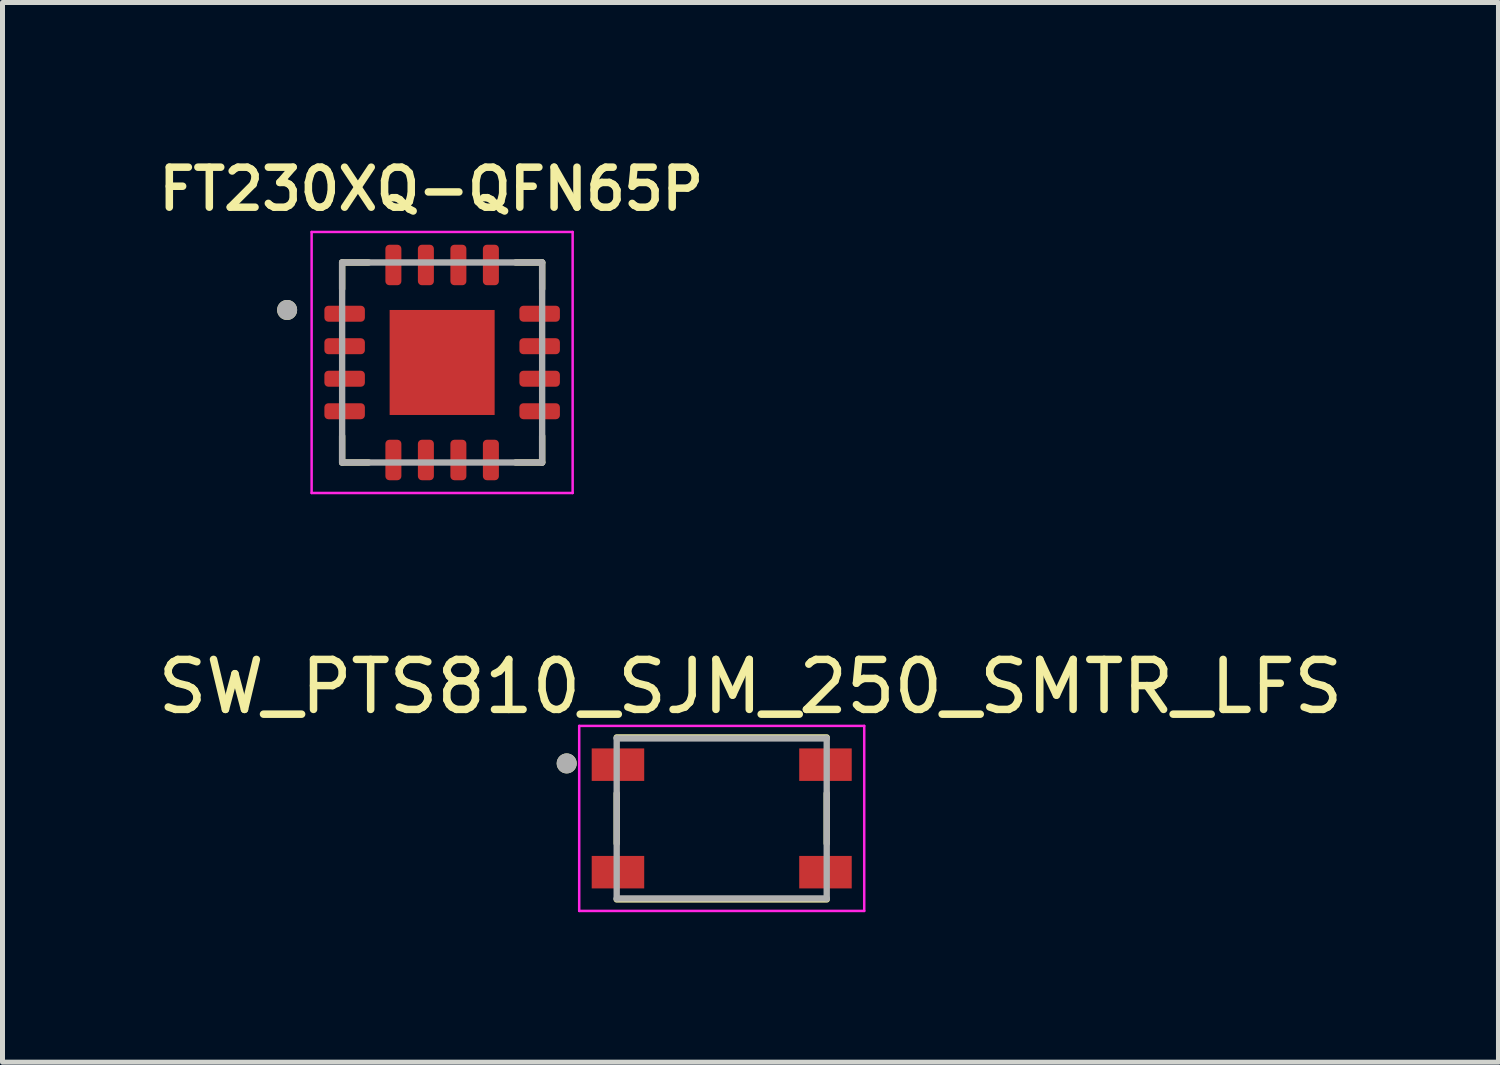
<source format=kicad_pcb>
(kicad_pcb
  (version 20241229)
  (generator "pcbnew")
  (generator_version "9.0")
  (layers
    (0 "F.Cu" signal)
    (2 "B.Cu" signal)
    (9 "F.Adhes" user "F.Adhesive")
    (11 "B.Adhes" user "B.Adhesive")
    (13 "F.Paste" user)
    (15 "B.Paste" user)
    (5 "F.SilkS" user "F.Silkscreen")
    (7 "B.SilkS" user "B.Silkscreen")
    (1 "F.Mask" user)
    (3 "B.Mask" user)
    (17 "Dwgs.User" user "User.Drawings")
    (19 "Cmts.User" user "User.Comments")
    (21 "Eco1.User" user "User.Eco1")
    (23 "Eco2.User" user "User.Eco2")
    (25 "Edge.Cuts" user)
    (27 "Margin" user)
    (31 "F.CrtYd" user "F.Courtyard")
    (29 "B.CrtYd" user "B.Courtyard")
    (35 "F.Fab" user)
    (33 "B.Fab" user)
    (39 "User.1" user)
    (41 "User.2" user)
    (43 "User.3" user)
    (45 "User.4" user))
  (footprint "SW_PTS810_SJM_250_SMTR_LFS"
    (layer "F.Cu")
    (at 11.383 13.317)
    (property "Reference" "SW_PTS810_SJM_250_SMTR_LFS" (at 0.575 -2.635 0) (layer "F.SilkS") (effects (font (size 1 1) (thickness 0.15))))
    (attr smd)
    (fp_line (start -2.1 -1.62) (end 2.1 -1.62) (stroke (width 0.127) (type solid)) (layer "F.SilkS"))
    (fp_line (start -2.1 0.5) (end -2.1 -0.5) (stroke (width 0.127) (type solid)) (layer "F.SilkS"))
    (fp_line (start 2.1 0.5) (end 2.1 -0.5) (stroke (width 0.127) (type solid)) (layer "F.SilkS"))
    (fp_line (start 2.1 1.62) (end -2.1 1.62) (stroke (width 0.127) (type solid)) (layer "F.SilkS"))
    (fp_circle (center -3.1 -1.1) (end -3 -1.1) (stroke (width 0.2) (type solid)) (fill no) (layer "F.SilkS"))
    (fp_line (start -2.85 -1.85) (end 2.85 -1.85) (stroke (width 0.05) (type solid)) (layer "F.CrtYd"))
    (fp_line (start -2.85 1.85) (end -2.85 -1.85) (stroke (width 0.05) (type solid)) (layer "F.CrtYd"))
    (fp_line (start 2.85 -1.85) (end 2.85 1.85) (stroke (width 0.05) (type solid)) (layer "F.CrtYd"))
    (fp_line (start 2.85 1.85) (end -2.85 1.85) (stroke (width 0.05) (type solid)) (layer "F.CrtYd"))
    (fp_line (start -2.1 -1.6) (end 2.1 -1.6) (stroke (width 0.127) (type solid)) (layer "F.Fab"))
    (fp_line (start -2.1 1.6) (end -2.1 -1.6) (stroke (width 0.127) (type solid)) (layer "F.Fab"))
    (fp_line (start 2.1 -1.6) (end 2.1 1.6) (stroke (width 0.127) (type solid)) (layer "F.Fab"))
    (fp_line (start 2.1 1.6) (end -2.1 1.6) (stroke (width 0.127) (type solid)) (layer "F.Fab"))
    (fp_circle (center -3.1 -1.1) (end -3 -1.1) (stroke (width 0.2) (type solid)) (fill no) (layer "F.Fab"))
    (pad "1" smd rect (at -2.075 -1.075) (size 1.05 0.65) (layers "F.Cu" "F.Mask" "F.Paste"))
    (pad "2" smd rect (at 2.075 -1.075) (size 1.05 0.65) (layers "F.Cu" "F.Mask" "F.Paste"))
    (pad "3" smd rect (at -2.075 1.075) (size 1.05 0.65) (layers "F.Cu" "F.Mask" "F.Paste"))
    (pad "4" smd rect (at 2.075 1.075) (size 1.05 0.65) (layers "F.Cu" "F.Mask" "F.Paste")))
  (footprint "FT230XQ-QFN65P"
    (layer "F.Cu")
    (at 5.792 4.199)
    (property "Reference" "FT230XQ-QFN65P" (at -0.218 -3.468 0) (layer "F.SilkS") (effects (font (size 0.8 0.8) (thickness 0.15))))
    (attr smd)
    (fp_line (start -2 -2) (end -1.47 -2) (stroke (width 0.127) (type solid)) (layer "F.SilkS"))
    (fp_line (start -2 -1.47) (end -2 -2) (stroke (width 0.127) (type solid)) (layer "F.SilkS"))
    (fp_line (start -2 2) (end -2 1.47) (stroke (width 0.127) (type solid)) (layer "F.SilkS"))
    (fp_line (start -1.47 2) (end -2 2) (stroke (width 0.127) (type solid)) (layer "F.SilkS"))
    (fp_line (start 1.47 -2) (end 2 -2) (stroke (width 0.127) (type solid)) (layer "F.SilkS"))
    (fp_line (start 2 -2) (end 2 -1.47) (stroke (width 0.127) (type solid)) (layer "F.SilkS"))
    (fp_line (start 2 1.47) (end 2 2) (stroke (width 0.127) (type solid)) (layer "F.SilkS"))
    (fp_line (start 2 2) (end 1.47 2) (stroke (width 0.127) (type solid)) (layer "F.SilkS"))
    (fp_circle (center -3.1 -1.05) (end -3 -1.05) (stroke (width 0.2) (type solid)) (fill no) (layer "F.SilkS"))
    (fp_poly (pts (xy -0.79 -0.79) (xy -0.13 -0.79) (xy -0.13 -0.13) (xy -0.79 -0.13)) (stroke (width 0.01) (type solid)) (fill yes) (layer "F.Paste"))
    (fp_poly (pts (xy -0.79 0.13) (xy -0.13 0.13) (xy -0.13 0.79) (xy -0.79 0.79)) (stroke (width 0.01) (type solid)) (fill yes) (layer "F.Paste"))
    (fp_poly (pts (xy 0.13 -0.79) (xy 0.79 -0.79) (xy 0.79 -0.13) (xy 0.13 -0.13)) (stroke (width 0.01) (type solid)) (fill yes) (layer "F.Paste"))
    (fp_poly (pts (xy 0.13 0.13) (xy 0.79 0.13) (xy 0.79 0.79) (xy 0.13 0.79)) (stroke (width 0.01) (type solid)) (fill yes) (layer "F.Paste"))
    (fp_line (start -2.61 -2.61) (end 2.61 -2.61) (stroke (width 0.05) (type solid)) (layer "F.CrtYd"))
    (fp_line (start -2.61 2.61) (end -2.61 -2.61) (stroke (width 0.05) (type solid)) (layer "F.CrtYd"))
    (fp_line (start 2.61 -2.61) (end 2.61 2.61) (stroke (width 0.05) (type solid)) (layer "F.CrtYd"))
    (fp_line (start 2.61 2.61) (end -2.61 2.61) (stroke (width 0.05) (type solid)) (layer "F.CrtYd"))
    (fp_line (start -2 -2) (end 2 -2) (stroke (width 0.127) (type solid)) (layer "F.Fab"))
    (fp_line (start -2 2) (end -2 -2) (stroke (width 0.127) (type solid)) (layer "F.Fab"))
    (fp_line (start 2 -2) (end 2 2) (stroke (width 0.127) (type solid)) (layer "F.Fab"))
    (fp_line (start 2 2) (end -2 2) (stroke (width 0.127) (type solid)) (layer "F.Fab"))
    (fp_circle (center -3.1 -1.05) (end -3 -1.05) (stroke (width 0.2) (type solid)) (fill no) (layer "F.Fab"))
    (pad "1" smd roundrect (at -1.95 -0.975) (size 0.81 0.32) (layers "F.Cu" "F.Mask" "F.Paste") (roundrect_rratio 0.25))
    (pad "2" smd roundrect (at -1.95 -0.325) (size 0.81 0.32) (layers "F.Cu" "F.Mask" "F.Paste") (roundrect_rratio 0.25))
    (pad "3" smd roundrect (at -1.95 0.325) (size 0.81 0.32) (layers "F.Cu" "F.Mask" "F.Paste") (roundrect_rratio 0.25))
    (pad "4" smd roundrect (at -1.95 0.975) (size 0.81 0.32) (layers "F.Cu" "F.Mask" "F.Paste") (roundrect_rratio 0.25))
    (pad "5" smd roundrect (at -0.975 1.95) (size 0.32 0.81) (layers "F.Cu" "F.Mask" "F.Paste") (roundrect_rratio 0.25))
    (pad "6" smd roundrect (at -0.325 1.95) (size 0.32 0.81) (layers "F.Cu" "F.Mask" "F.Paste") (roundrect_rratio 0.25))
    (pad "7" smd roundrect (at 0.325 1.95) (size 0.32 0.81) (layers "F.Cu" "F.Mask" "F.Paste") (roundrect_rratio 0.25))
    (pad "8" smd roundrect (at 0.975 1.95) (size 0.32 0.81) (layers "F.Cu" "F.Mask" "F.Paste") (roundrect_rratio 0.25))
    (pad "9" smd roundrect (at 1.95 0.975) (size 0.81 0.32) (layers "F.Cu" "F.Mask" "F.Paste") (roundrect_rratio 0.25))
    (pad "10" smd roundrect (at 1.95 0.325) (size 0.81 0.32) (layers "F.Cu" "F.Mask" "F.Paste") (roundrect_rratio 0.25))
    (pad "11" smd roundrect (at 1.95 -0.325) (size 0.81 0.32) (layers "F.Cu" "F.Mask" "F.Paste") (roundrect_rratio 0.25))
    (pad "12" smd roundrect (at 1.95 -0.975) (size 0.81 0.32) (layers "F.Cu" "F.Mask" "F.Paste") (roundrect_rratio 0.25))
    (pad "13" smd roundrect (at 0.975 -1.95) (size 0.32 0.81) (layers "F.Cu" "F.Mask" "F.Paste") (roundrect_rratio 0.25))
    (pad "14" smd roundrect (at 0.325 -1.95) (size 0.32 0.81) (layers "F.Cu" "F.Mask" "F.Paste") (roundrect_rratio 0.25))
    (pad "15" smd roundrect (at -0.325 -1.95) (size 0.32 0.81) (layers "F.Cu" "F.Mask" "F.Paste") (roundrect_rratio 0.25))
    (pad "16" smd roundrect (at -0.975 -1.95) (size 0.32 0.81) (layers "F.Cu" "F.Mask" "F.Paste") (roundrect_rratio 0.25))
    (pad "17" smd rect (at 0 0) (size 2.1 2.1) (layers "F.Cu" "F.Mask")))
  (gr_rect
    (start -3 -3)
    (end 26.917 18.192)
    (stroke (width 0.1) (type default))
    (fill no)
    (layer "Edge.Cuts")))
</source>
